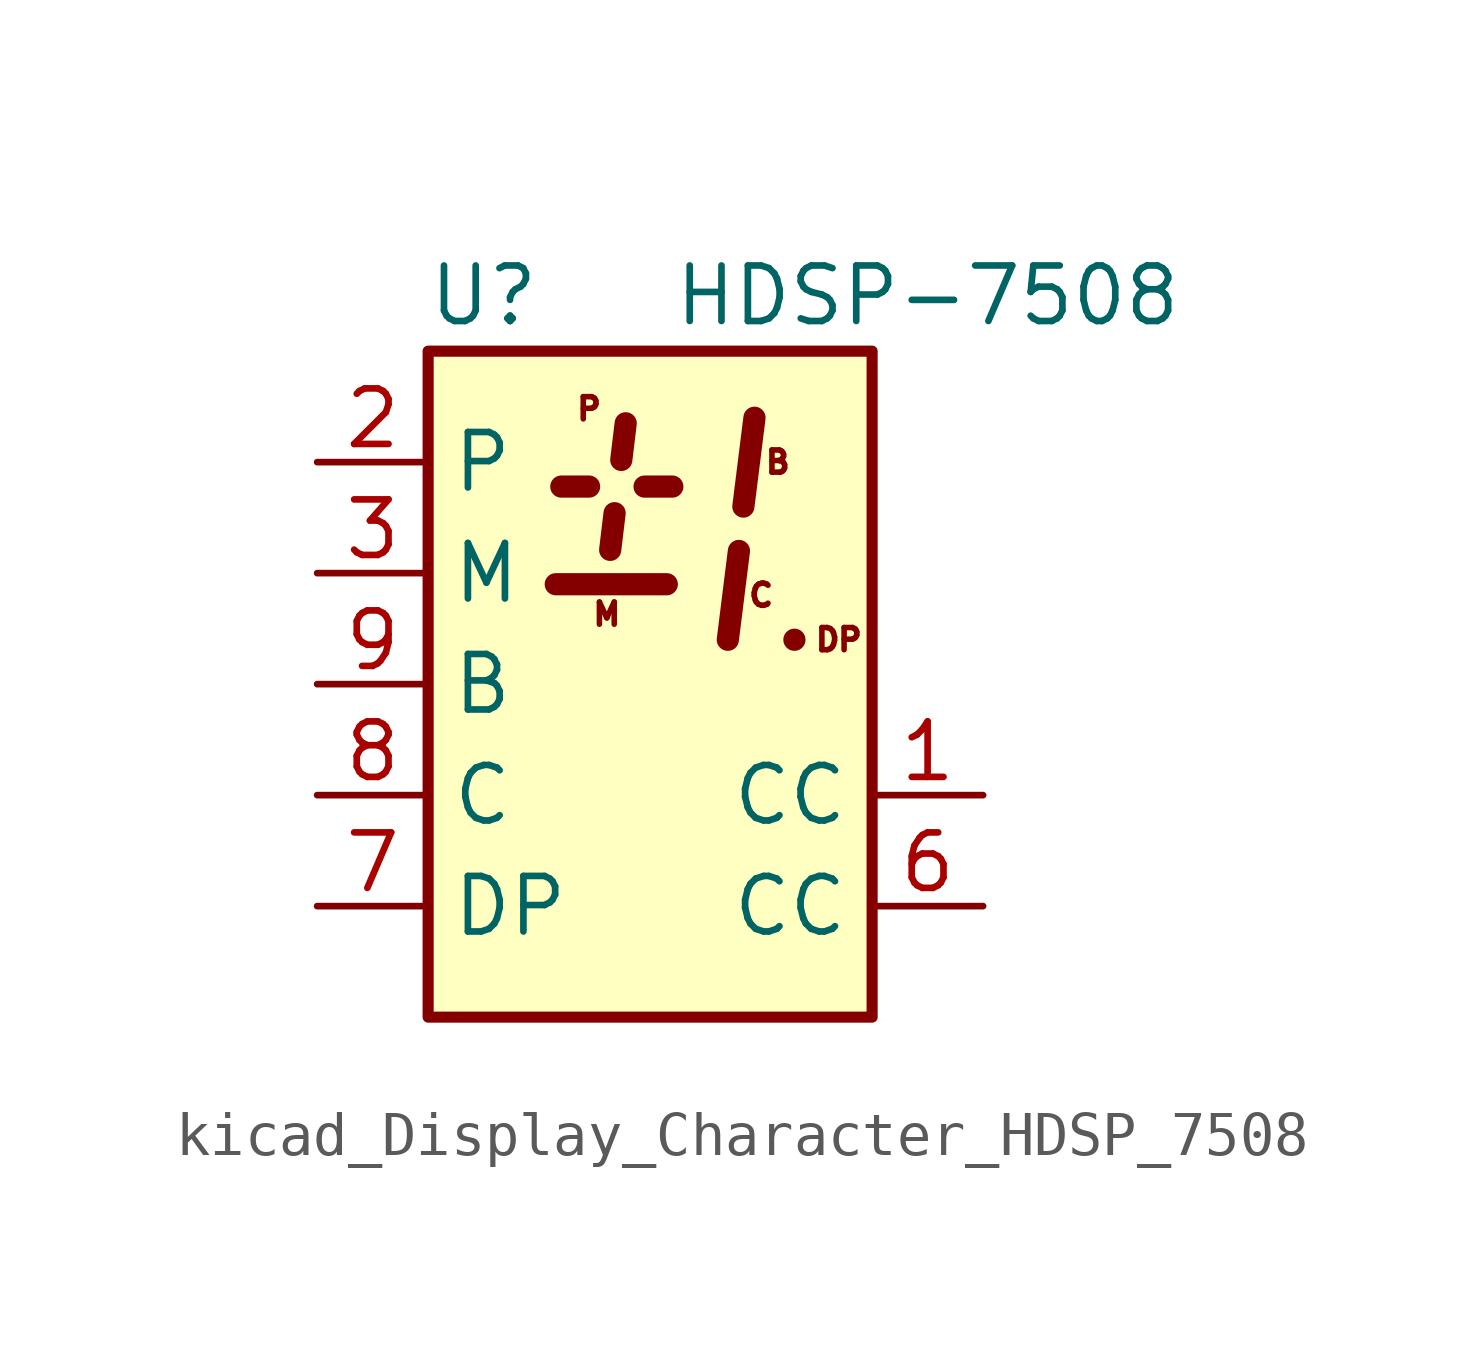
<source format=kicad_sym>
(kicad_symbol_lib
  (version 20220914)
  (generator kicad_symbol_editor)
  (symbol "kicad_Display_Character_HDSP_7508"
    (property "Reference" "U"
      (at -3.81 8.89 0)
      (effects (font (size 1.27 1.27))))
    (property "Value" "HDSP-7508"
      (at 6.35 8.89 0)
      (effects (font (size 1.27 1.27))))
    (symbol "kicad_Display_Character_HDSP_7508_0_1"
      (polyline (pts (xy -2.159 2.286) (xy 0.381 2.286)) (stroke (width 0.508) (type default)) (fill (type none))))
    (symbol "kicad_Display_Character_HDSP_7508_1_0"
      (text "B" (at 2.921 5.08 0) (effects (font (size 0.508 0.508))))
      (text "C" (at 2.54 2.032 0) (effects (font (size 0.508 0.508))))
      (text "DP" (at 4.318 1.016 0) (effects (font (size 0.508 0.508))))
      (text "M" (at -0.991 1.6 0) (effects (font (size 0.508 0.508))))
      (text "P" (at -1.397 6.299 0) (effects (font (size 0.508 0.508)))))
    (symbol "kicad_Display_Character_HDSP_7508_1_1"
      (rectangle (start -5.08 7.62) (end 5.08 -7.62) (stroke (width 0.254) (type default)) (fill (type background)))
      (polyline (pts (xy -2.032 4.521) (xy -1.397 4.521)) (stroke (width 0.508) (type default)) (fill (type none)))
      (polyline (pts (xy -0.914 3.073) (xy -0.813 3.912)) (stroke (width 0.508) (type default)) (fill (type none)))
      (polyline (pts (xy -0.559 5.969) (xy -0.66 5.131)) (stroke (width 0.508) (type default)) (fill (type none)))
      (polyline (pts (xy -0.127 4.521) (xy 0.508 4.521)) (stroke (width 0.508) (type default)) (fill (type none)))
      (polyline (pts (xy 2.032 3.048) (xy 1.778 1.016)) (stroke (width 0.508) (type default)) (fill (type none)))
      (polyline (pts (xy 2.388 6.096) (xy 2.134 4.064)) (stroke (width 0.508) (type default)) (fill (type none)))
      (polyline (pts (xy 3.302 1.016) (xy 3.302 1.016)) (stroke (width 0.508) (type default)) (fill (type none)))
      (pin input line (at 7.62 -2.54 180) (length 2.54) (name "CC" (effects (font (size 1.27 1.27)))) (number "1" (effects (font (size 1.27 1.27)))))
      (pin no_connect line (at 0 -7.62 90) (length 2.54) hide (name "NC" (effects (font (size 1.27 1.27)))) (number "10" (effects (font (size 1.27 1.27)))))
      (pin input line (at -7.62 5.08 0) (length 2.54) (name "P" (effects (font (size 1.27 1.27)))) (number "2" (effects (font (size 1.27 1.27)))))
      (pin input line (at -7.62 2.54 0) (length 2.54) (name "M" (effects (font (size 1.27 1.27)))) (number "3" (effects (font (size 1.27 1.27)))))
      (pin no_connect line (at 5.08 5.08 180) (length 2.54) hide (name "NC" (effects (font (size 1.27 1.27)))) (number "4" (effects (font (size 1.27 1.27)))))
      (pin no_connect line (at 5.08 2.54 180) (length 2.54) hide (name "NC" (effects (font (size 1.27 1.27)))) (number "5" (effects (font (size 1.27 1.27)))))
      (pin input line (at 7.62 -5.08 180) (length 2.54) (name "CC" (effects (font (size 1.27 1.27)))) (number "6" (effects (font (size 1.27 1.27)))))
      (pin input line (at -7.62 -5.08 0) (length 2.54) (name "DP" (effects (font (size 1.27 1.27)))) (number "7" (effects (font (size 1.27 1.27)))))
      (pin input line (at -7.62 -2.54 0) (length 2.54) (name "C" (effects (font (size 1.27 1.27)))) (number "8" (effects (font (size 1.27 1.27)))))
      (pin input line (at -7.62 0 0) (length 2.54) (name "B" (effects (font (size 1.27 1.27)))) (number "9" (effects (font (size 1.27 1.27))))))))
</source>
